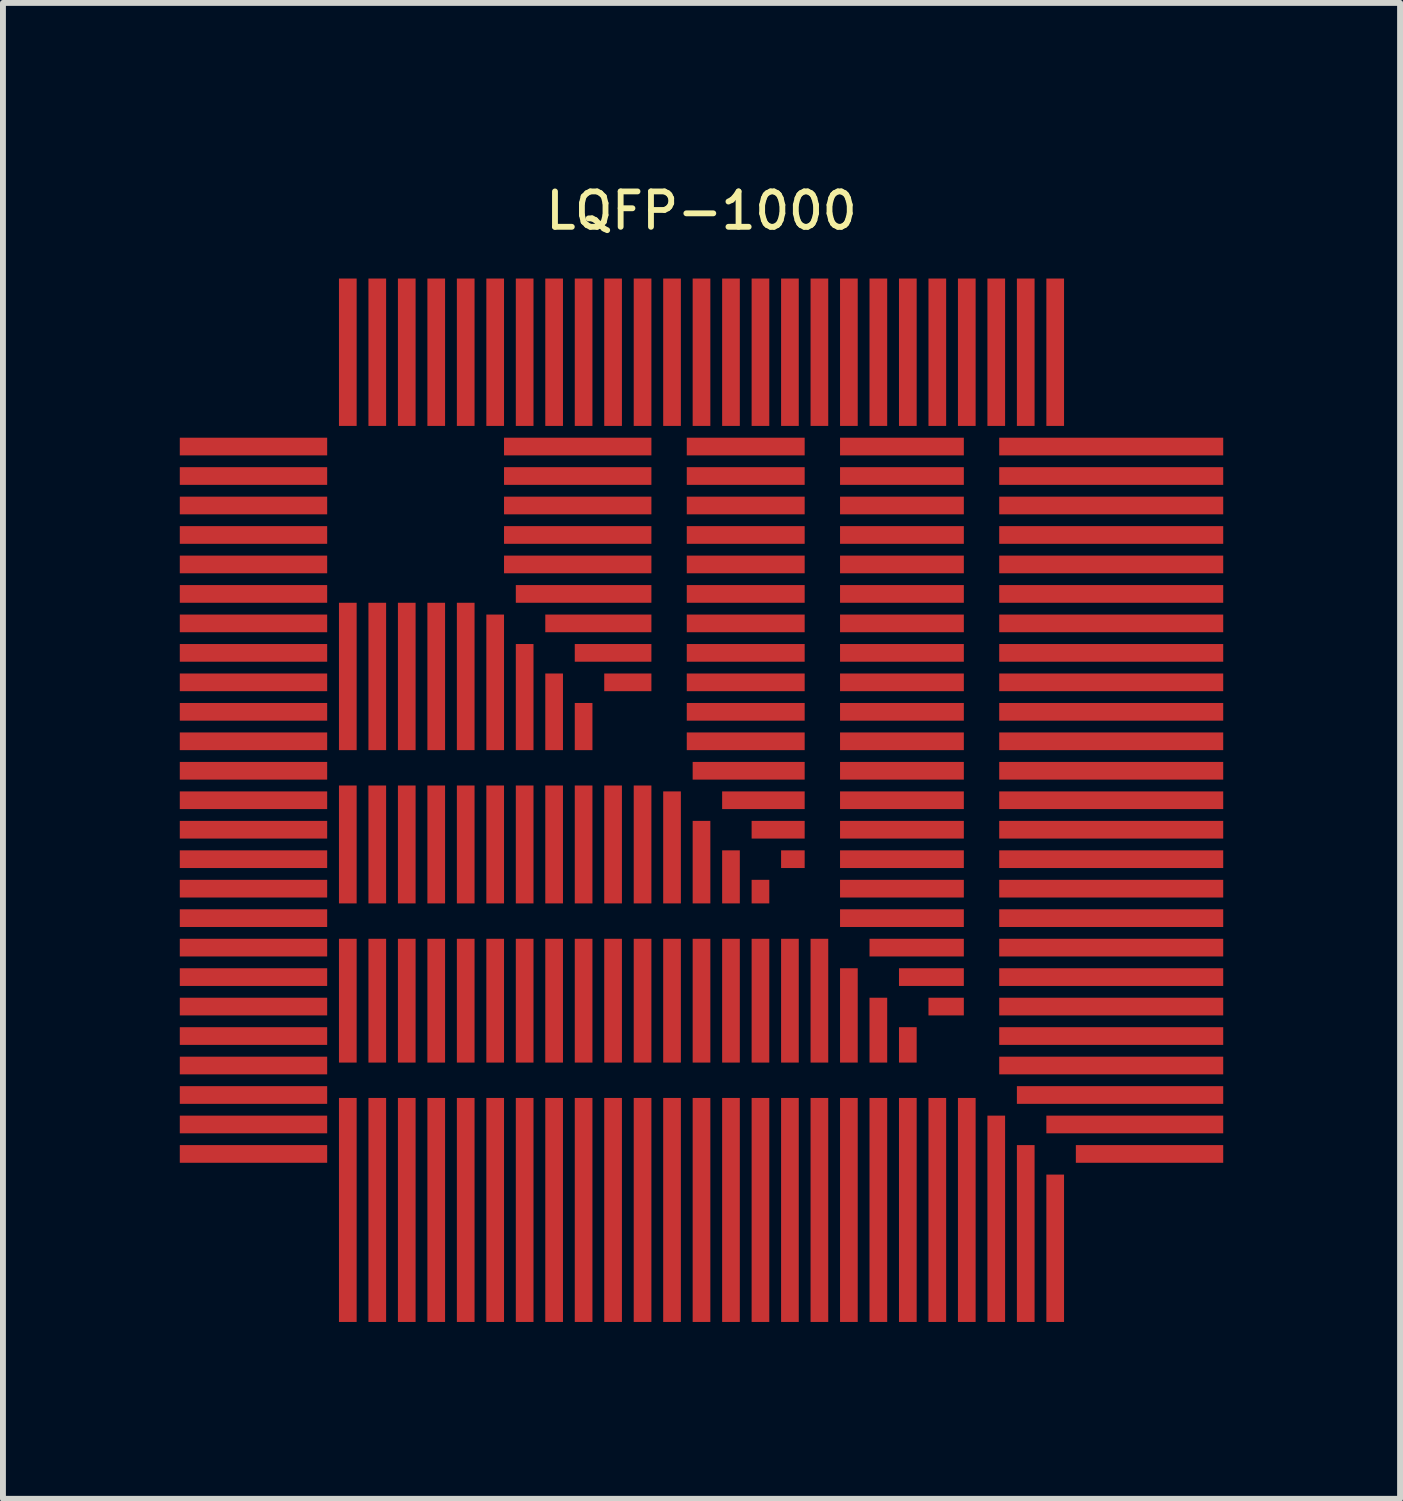
<source format=kicad_pcb>
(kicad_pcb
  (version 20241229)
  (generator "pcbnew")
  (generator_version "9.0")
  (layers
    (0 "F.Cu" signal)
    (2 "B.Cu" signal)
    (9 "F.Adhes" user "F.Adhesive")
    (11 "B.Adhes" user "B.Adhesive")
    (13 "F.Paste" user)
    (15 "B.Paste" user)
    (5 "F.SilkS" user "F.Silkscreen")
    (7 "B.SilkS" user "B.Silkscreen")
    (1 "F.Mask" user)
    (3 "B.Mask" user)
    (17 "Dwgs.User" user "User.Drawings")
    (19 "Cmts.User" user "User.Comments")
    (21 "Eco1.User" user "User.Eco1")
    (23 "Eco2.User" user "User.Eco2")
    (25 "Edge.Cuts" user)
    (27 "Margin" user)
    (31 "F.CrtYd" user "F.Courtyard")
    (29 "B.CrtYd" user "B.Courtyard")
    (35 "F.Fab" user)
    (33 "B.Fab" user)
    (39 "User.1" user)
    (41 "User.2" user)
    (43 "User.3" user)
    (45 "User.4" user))
  (footprint "LQFP-1000"
    (layer "F.Cu")
    (at 8.85 10.525)
    (property "Reference" "LQFP-1000" (at 0 -10 0) (layer "F.SilkS") (effects (font (size 0.6 0.6) (thickness 0.099))))
    (attr smd)
    (pad "1" smd rect (at -7.6 -6 90) (size 0.3 2.5) (layers "F.Cu" "F.Mask" "F.Paste"))
    (pad "2" smd rect (at -7.6 -5.5 90) (size 0.3 2.5) (layers "F.Cu" "F.Mask" "F.Paste"))
    (pad "3" smd rect (at -7.6 -5 90) (size 0.3 2.5) (layers "F.Cu" "F.Mask" "F.Paste"))
    (pad "4" smd rect (at -7.6 -4.5 90) (size 0.3 2.5) (layers "F.Cu" "F.Mask" "F.Paste"))
    (pad "5" smd rect (at -7.6 -4 90) (size 0.3 2.5) (layers "F.Cu" "F.Mask" "F.Paste"))
    (pad "6" smd rect (at -7.6 -3.5 90) (size 0.3 2.5) (layers "F.Cu" "F.Mask" "F.Paste"))
    (pad "7" smd rect (at -7.6 -3 90) (size 0.3 2.5) (layers "F.Cu" "F.Mask" "F.Paste"))
    (pad "8" smd rect (at -7.6 -2.5 90) (size 0.3 2.5) (layers "F.Cu" "F.Mask" "F.Paste"))
    (pad "9" smd rect (at -7.6 -2 90) (size 0.3 2.5) (layers "F.Cu" "F.Mask" "F.Paste"))
    (pad "10" smd rect (at -7.6 -1.5 90) (size 0.3 2.5) (layers "F.Cu" "F.Mask" "F.Paste"))
    (pad "11" smd rect (at -7.6 -1 90) (size 0.3 2.5) (layers "F.Cu" "F.Mask" "F.Paste"))
    (pad "12" smd rect (at -7.6 -0.5 90) (size 0.3 2.5) (layers "F.Cu" "F.Mask" "F.Paste"))
    (pad "13" smd rect (at -7.6 0 90) (size 0.3 2.5) (layers "F.Cu" "F.Mask" "F.Paste"))
    (pad "14" smd rect (at -7.6 0.5 90) (size 0.3 2.5) (layers "F.Cu" "F.Mask" "F.Paste"))
    (pad "15" smd rect (at -7.6 1 90) (size 0.3 2.5) (layers "F.Cu" "F.Mask" "F.Paste"))
    (pad "16" smd rect (at -7.6 1.5 90) (size 0.3 2.5) (layers "F.Cu" "F.Mask" "F.Paste"))
    (pad "17" smd rect (at -7.6 2 90) (size 0.3 2.5) (layers "F.Cu" "F.Mask" "F.Paste"))
    (pad "18" smd rect (at -7.6 2.5 90) (size 0.3 2.5) (layers "F.Cu" "F.Mask" "F.Paste"))
    (pad "19" smd rect (at -7.6 3 90) (size 0.3 2.5) (layers "F.Cu" "F.Mask" "F.Paste"))
    (pad "20" smd rect (at -7.6 3.5 90) (size 0.3 2.5) (layers "F.Cu" "F.Mask" "F.Paste"))
    (pad "21" smd rect (at -7.6 4 90) (size 0.3 2.5) (layers "F.Cu" "F.Mask" "F.Paste"))
    (pad "22" smd rect (at -7.6 4.5 90) (size 0.3 2.5) (layers "F.Cu" "F.Mask" "F.Paste"))
    (pad "23" smd rect (at -7.6 5 90) (size 0.3 2.5) (layers "F.Cu" "F.Mask" "F.Paste"))
    (pad "24" smd rect (at -7.6 5.5 90) (size 0.3 2.5) (layers "F.Cu" "F.Mask" "F.Paste"))
    (pad "25" smd rect (at -7.6 6 90) (size 0.3 2.5) (layers "F.Cu" "F.Mask" "F.Paste"))
    (pad "26" smd rect (at -6 -2.1) (size 0.3 2.5) (layers "F.Cu" "F.Mask" "F.Paste"))
    (pad "26" smd rect (at -6 0.75) (size 0.3 2) (layers "F.Cu" "F.Mask" "F.Paste"))
    (pad "26" smd rect (at -6 3.4) (size 0.3 2.1) (layers "F.Cu" "F.Mask" "F.Paste"))
    (pad "26" smd rect (at -6 6.95) (size 0.3 3.8) (layers "F.Cu" "F.Mask" "F.Paste"))
    (pad "27" smd rect (at -5.5 -2.1) (size 0.3 2.5) (layers "F.Cu" "F.Mask" "F.Paste"))
    (pad "27" smd rect (at -5.5 0.75) (size 0.3 2) (layers "F.Cu" "F.Mask" "F.Paste"))
    (pad "27" smd rect (at -5.5 3.4) (size 0.3 2.1) (layers "F.Cu" "F.Mask" "F.Paste"))
    (pad "27" smd rect (at -5.5 6.95) (size 0.3 3.8) (layers "F.Cu" "F.Mask" "F.Paste"))
    (pad "28" smd rect (at -5 -2.1) (size 0.3 2.5) (layers "F.Cu" "F.Mask" "F.Paste"))
    (pad "28" smd rect (at -5 0.75) (size 0.3 2) (layers "F.Cu" "F.Mask" "F.Paste"))
    (pad "28" smd rect (at -5 3.4) (size 0.3 2.1) (layers "F.Cu" "F.Mask" "F.Paste"))
    (pad "28" smd rect (at -5 6.95) (size 0.3 3.8) (layers "F.Cu" "F.Mask" "F.Paste"))
    (pad "29" smd rect (at -4.5 -2.1) (size 0.3 2.5) (layers "F.Cu" "F.Mask" "F.Paste"))
    (pad "29" smd rect (at -4.5 0.75) (size 0.3 2) (layers "F.Cu" "F.Mask" "F.Paste"))
    (pad "29" smd rect (at -4.5 3.4) (size 0.3 2.1) (layers "F.Cu" "F.Mask" "F.Paste"))
    (pad "29" smd rect (at -4.5 6.95) (size 0.3 3.8) (layers "F.Cu" "F.Mask" "F.Paste"))
    (pad "30" smd rect (at -4 -2.1) (size 0.3 2.5) (layers "F.Cu" "F.Mask" "F.Paste"))
    (pad "30" smd rect (at -4 0.75) (size 0.3 2) (layers "F.Cu" "F.Mask" "F.Paste"))
    (pad "30" smd rect (at -4 3.4) (size 0.3 2.1) (layers "F.Cu" "F.Mask" "F.Paste"))
    (pad "30" smd rect (at -4 6.95) (size 0.3 3.8) (layers "F.Cu" "F.Mask" "F.Paste"))
    (pad "31" smd rect (at -3.5 -2) (size 0.3 2.3) (layers "F.Cu" "F.Mask" "F.Paste"))
    (pad "31" smd rect (at -3.5 0.75) (size 0.3 2) (layers "F.Cu" "F.Mask" "F.Paste"))
    (pad "31" smd rect (at -3.5 3.4) (size 0.3 2.1) (layers "F.Cu" "F.Mask" "F.Paste"))
    (pad "31" smd rect (at -3.5 6.95) (size 0.3 3.8) (layers "F.Cu" "F.Mask" "F.Paste"))
    (pad "32" smd rect (at -3 -1.75) (size 0.3 1.8) (layers "F.Cu" "F.Mask" "F.Paste"))
    (pad "32" smd rect (at -3 0.75) (size 0.3 2) (layers "F.Cu" "F.Mask" "F.Paste"))
    (pad "32" smd rect (at -3 3.4) (size 0.3 2.1) (layers "F.Cu" "F.Mask" "F.Paste"))
    (pad "32" smd rect (at -3 6.95) (size 0.3 3.8) (layers "F.Cu" "F.Mask" "F.Paste"))
    (pad "33" smd rect (at -2.5 -1.5) (size 0.3 1.3) (layers "F.Cu" "F.Mask" "F.Paste"))
    (pad "33" smd rect (at -2.5 0.75) (size 0.3 2) (layers "F.Cu" "F.Mask" "F.Paste"))
    (pad "33" smd rect (at -2.5 3.4) (size 0.3 2.1) (layers "F.Cu" "F.Mask" "F.Paste"))
    (pad "33" smd rect (at -2.5 6.95) (size 0.3 3.8) (layers "F.Cu" "F.Mask" "F.Paste"))
    (pad "34" smd rect (at -2 -1.25) (size 0.3 0.8) (layers "F.Cu" "F.Mask" "F.Paste"))
    (pad "34" smd rect (at -2 0.75) (size 0.3 2) (layers "F.Cu" "F.Mask" "F.Paste"))
    (pad "34" smd rect (at -2 3.4) (size 0.3 2.1) (layers "F.Cu" "F.Mask" "F.Paste"))
    (pad "34" smd rect (at -2 6.95) (size 0.3 3.8) (layers "F.Cu" "F.Mask" "F.Paste"))
    (pad "35" smd rect (at -1.5 0.75) (size 0.3 2) (layers "F.Cu" "F.Mask" "F.Paste"))
    (pad "35" smd rect (at -1.5 3.4) (size 0.3 2.1) (layers "F.Cu" "F.Mask" "F.Paste"))
    (pad "35" smd rect (at -1.5 6.95) (size 0.3 3.8) (layers "F.Cu" "F.Mask" "F.Paste"))
    (pad "36" smd rect (at -1 0.75) (size 0.3 2) (layers "F.Cu" "F.Mask" "F.Paste"))
    (pad "36" smd rect (at -1 3.4) (size 0.3 2.1) (layers "F.Cu" "F.Mask" "F.Paste"))
    (pad "36" smd rect (at -1 6.95) (size 0.3 3.8) (layers "F.Cu" "F.Mask" "F.Paste"))
    (pad "37" smd rect (at -0.5 0.8) (size 0.3 1.9) (layers "F.Cu" "F.Mask" "F.Paste"))
    (pad "37" smd rect (at -0.5 3.4) (size 0.3 2.1) (layers "F.Cu" "F.Mask" "F.Paste"))
    (pad "37" smd rect (at -0.5 6.95) (size 0.3 3.8) (layers "F.Cu" "F.Mask" "F.Paste"))
    (pad "38" smd rect (at 0 1.05) (size 0.3 1.4) (layers "F.Cu" "F.Mask" "F.Paste"))
    (pad "38" smd rect (at 0 3.4) (size 0.3 2.1) (layers "F.Cu" "F.Mask" "F.Paste"))
    (pad "38" smd rect (at 0 6.95) (size 0.3 3.8) (layers "F.Cu" "F.Mask" "F.Paste"))
    (pad "39" smd rect (at 0.5 1.3) (size 0.3 0.9) (layers "F.Cu" "F.Mask" "F.Paste"))
    (pad "39" smd rect (at 0.5 3.4) (size 0.3 2.1) (layers "F.Cu" "F.Mask" "F.Paste"))
    (pad "39" smd rect (at 0.5 6.95) (size 0.3 3.8) (layers "F.Cu" "F.Mask" "F.Paste"))
    (pad "40" smd rect (at 1 1.55) (size 0.3 0.4) (layers "F.Cu" "F.Mask" "F.Paste"))
    (pad "40" smd rect (at 1 3.4) (size 0.3 2.1) (layers "F.Cu" "F.Mask" "F.Paste"))
    (pad "40" smd rect (at 1 6.95) (size 0.3 3.8) (layers "F.Cu" "F.Mask" "F.Paste"))
    (pad "41" smd rect (at 1.5 3.4) (size 0.3 2.1) (layers "F.Cu" "F.Mask" "F.Paste"))
    (pad "41" smd rect (at 1.5 6.95) (size 0.3 3.8) (layers "F.Cu" "F.Mask" "F.Paste"))
    (pad "42" smd rect (at 2 3.4) (size 0.3 2.1) (layers "F.Cu" "F.Mask" "F.Paste"))
    (pad "42" smd rect (at 2 6.95) (size 0.3 3.8) (layers "F.Cu" "F.Mask" "F.Paste"))
    (pad "43" smd rect (at 2.5 3.65) (size 0.3 1.6) (layers "F.Cu" "F.Mask" "F.Paste"))
    (pad "43" smd rect (at 2.5 6.95) (size 0.3 3.8) (layers "F.Cu" "F.Mask" "F.Paste"))
    (pad "44" smd rect (at 3 3.9) (size 0.3 1.1) (layers "F.Cu" "F.Mask" "F.Paste"))
    (pad "44" smd rect (at 3 6.95) (size 0.3 3.8) (layers "F.Cu" "F.Mask" "F.Paste"))
    (pad "45" smd rect (at 3.5 4.15) (size 0.3 0.6) (layers "F.Cu" "F.Mask" "F.Paste"))
    (pad "45" smd rect (at 3.5 6.95) (size 0.3 3.8) (layers "F.Cu" "F.Mask" "F.Paste"))
    (pad "46" smd rect (at 4 6.95) (size 0.3 3.8) (layers "F.Cu" "F.Mask" "F.Paste"))
    (pad "47" smd rect (at 4.5 6.95) (size 0.3 3.8) (layers "F.Cu" "F.Mask" "F.Paste"))
    (pad "48" smd rect (at 5 7.1) (size 0.3 3.5) (layers "F.Cu" "F.Mask" "F.Paste"))
    (pad "49" smd rect (at 5.5 7.35) (size 0.3 3) (layers "F.Cu" "F.Mask" "F.Paste"))
    (pad "50" smd rect (at 6 7.6) (size 0.3 2.5) (layers "F.Cu" "F.Mask" "F.Paste"))
    (pad "51" smd rect (at 7.6 6 90) (size 0.3 2.5) (layers "F.Cu" "F.Mask" "F.Paste"))
    (pad "52" smd rect (at 7.35 5.5 90) (size 0.3 3) (layers "F.Cu" "F.Mask" "F.Paste"))
    (pad "53" smd rect (at 7.1 5 90) (size 0.3 3.5) (layers "F.Cu" "F.Mask" "F.Paste"))
    (pad "54" smd rect (at 6.95 4.5 90) (size 0.3 3.8) (layers "F.Cu" "F.Mask" "F.Paste"))
    (pad "55" smd rect (at 6.95 4 90) (size 0.3 3.8) (layers "F.Cu" "F.Mask" "F.Paste"))
    (pad "56" smd rect (at 4.15 3.5 90) (size 0.3 0.6) (layers "F.Cu" "F.Mask" "F.Paste"))
    (pad "56" smd rect (at 6.95 3.5 90) (size 0.3 3.8) (layers "F.Cu" "F.Mask" "F.Paste"))
    (pad "57" smd rect (at 3.9 3 90) (size 0.3 1.1) (layers "F.Cu" "F.Mask" "F.Paste"))
    (pad "57" smd rect (at 6.95 3 90) (size 0.3 3.8) (layers "F.Cu" "F.Mask" "F.Paste"))
    (pad "58" smd rect (at 3.65 2.5 90) (size 0.3 1.6) (layers "F.Cu" "F.Mask" "F.Paste"))
    (pad "58" smd rect (at 6.95 2.5 90) (size 0.3 3.8) (layers "F.Cu" "F.Mask" "F.Paste"))
    (pad "59" smd rect (at 3.4 2 90) (size 0.3 2.1) (layers "F.Cu" "F.Mask" "F.Paste"))
    (pad "59" smd rect (at 6.95 2 90) (size 0.3 3.8) (layers "F.Cu" "F.Mask" "F.Paste"))
    (pad "60" smd rect (at 3.4 1.5 90) (size 0.3 2.1) (layers "F.Cu" "F.Mask" "F.Paste"))
    (pad "60" smd rect (at 6.95 1.5 90) (size 0.3 3.8) (layers "F.Cu" "F.Mask" "F.Paste"))
    (pad "61" smd rect (at 1.55 1 90) (size 0.3 0.4) (layers "F.Cu" "F.Mask" "F.Paste"))
    (pad "61" smd rect (at 3.4 1 90) (size 0.3 2.1) (layers "F.Cu" "F.Mask" "F.Paste"))
    (pad "61" smd rect (at 6.95 1 90) (size 0.3 3.8) (layers "F.Cu" "F.Mask" "F.Paste"))
    (pad "62" smd rect (at 1.3 0.5 90) (size 0.3 0.9) (layers "F.Cu" "F.Mask" "F.Paste"))
    (pad "62" smd rect (at 3.4 0.5 90) (size 0.3 2.1) (layers "F.Cu" "F.Mask" "F.Paste"))
    (pad "62" smd rect (at 6.95 0.5 90) (size 0.3 3.8) (layers "F.Cu" "F.Mask" "F.Paste"))
    (pad "63" smd rect (at 1.05 0 90) (size 0.3 1.4) (layers "F.Cu" "F.Mask" "F.Paste"))
    (pad "63" smd rect (at 3.4 0 90) (size 0.3 2.1) (layers "F.Cu" "F.Mask" "F.Paste"))
    (pad "63" smd rect (at 6.95 0 90) (size 0.3 3.8) (layers "F.Cu" "F.Mask" "F.Paste"))
    (pad "64" smd rect (at 0.8 -0.5 90) (size 0.3 1.9) (layers "F.Cu" "F.Mask" "F.Paste"))
    (pad "64" smd rect (at 3.4 -0.5 90) (size 0.3 2.1) (layers "F.Cu" "F.Mask" "F.Paste"))
    (pad "64" smd rect (at 6.95 -0.5 90) (size 0.3 3.8) (layers "F.Cu" "F.Mask" "F.Paste"))
    (pad "65" smd rect (at 0.75 -1 90) (size 0.3 2) (layers "F.Cu" "F.Mask" "F.Paste"))
    (pad "65" smd rect (at 3.4 -1 90) (size 0.3 2.1) (layers "F.Cu" "F.Mask" "F.Paste"))
    (pad "65" smd rect (at 6.95 -1 90) (size 0.3 3.8) (layers "F.Cu" "F.Mask" "F.Paste"))
    (pad "66" smd rect (at 0.75 -1.5 90) (size 0.3 2) (layers "F.Cu" "F.Mask" "F.Paste"))
    (pad "66" smd rect (at 3.4 -1.5 90) (size 0.3 2.1) (layers "F.Cu" "F.Mask" "F.Paste"))
    (pad "66" smd rect (at 6.95 -1.5 90) (size 0.3 3.8) (layers "F.Cu" "F.Mask" "F.Paste"))
    (pad "67" smd rect (at -1.25 -2 90) (size 0.3 0.8) (layers "F.Cu" "F.Mask" "F.Paste"))
    (pad "67" smd rect (at 0.75 -2 90) (size 0.3 2) (layers "F.Cu" "F.Mask" "F.Paste"))
    (pad "67" smd rect (at 3.4 -2 90) (size 0.3 2.1) (layers "F.Cu" "F.Mask" "F.Paste"))
    (pad "67" smd rect (at 6.95 -2 90) (size 0.3 3.8) (layers "F.Cu" "F.Mask" "F.Paste"))
    (pad "68" smd rect (at -1.5 -2.5 90) (size 0.3 1.3) (layers "F.Cu" "F.Mask" "F.Paste"))
    (pad "68" smd rect (at 0.75 -2.5 90) (size 0.3 2) (layers "F.Cu" "F.Mask" "F.Paste"))
    (pad "68" smd rect (at 3.4 -2.5 90) (size 0.3 2.1) (layers "F.Cu" "F.Mask" "F.Paste"))
    (pad "68" smd rect (at 6.95 -2.5 90) (size 0.3 3.8) (layers "F.Cu" "F.Mask" "F.Paste"))
    (pad "69" smd rect (at -1.75 -3 90) (size 0.3 1.8) (layers "F.Cu" "F.Mask" "F.Paste"))
    (pad "69" smd rect (at 0.75 -3 90) (size 0.3 2) (layers "F.Cu" "F.Mask" "F.Paste"))
    (pad "69" smd rect (at 3.4 -3 90) (size 0.3 2.1) (layers "F.Cu" "F.Mask" "F.Paste"))
    (pad "69" smd rect (at 6.95 -3 90) (size 0.3 3.8) (layers "F.Cu" "F.Mask" "F.Paste"))
    (pad "70" smd rect (at -2 -3.5 90) (size 0.3 2.3) (layers "F.Cu" "F.Mask" "F.Paste"))
    (pad "70" smd rect (at 0.75 -3.5 90) (size 0.3 2) (layers "F.Cu" "F.Mask" "F.Paste"))
    (pad "70" smd rect (at 3.4 -3.5 90) (size 0.3 2.1) (layers "F.Cu" "F.Mask" "F.Paste"))
    (pad "70" smd rect (at 6.95 -3.5 90) (size 0.3 3.8) (layers "F.Cu" "F.Mask" "F.Paste"))
    (pad "71" smd rect (at -2.1 -4 90) (size 0.3 2.5) (layers "F.Cu" "F.Mask" "F.Paste"))
    (pad "71" smd rect (at 0.75 -4 90) (size 0.3 2) (layers "F.Cu" "F.Mask" "F.Paste"))
    (pad "71" smd rect (at 3.4 -4 90) (size 0.3 2.1) (layers "F.Cu" "F.Mask" "F.Paste"))
    (pad "71" smd rect (at 6.95 -4 90) (size 0.3 3.8) (layers "F.Cu" "F.Mask" "F.Paste"))
    (pad "72" smd rect (at -2.1 -4.5 90) (size 0.3 2.5) (layers "F.Cu" "F.Mask" "F.Paste"))
    (pad "72" smd rect (at 0.75 -4.5 90) (size 0.3 2) (layers "F.Cu" "F.Mask" "F.Paste"))
    (pad "72" smd rect (at 3.4 -4.5 90) (size 0.3 2.1) (layers "F.Cu" "F.Mask" "F.Paste"))
    (pad "72" smd rect (at 6.95 -4.5 90) (size 0.3 3.8) (layers "F.Cu" "F.Mask" "F.Paste"))
    (pad "73" smd rect (at -2.1 -5 90) (size 0.3 2.5) (layers "F.Cu" "F.Mask" "F.Paste"))
    (pad "73" smd rect (at 0.75 -5 90) (size 0.3 2) (layers "F.Cu" "F.Mask" "F.Paste"))
    (pad "73" smd rect (at 3.4 -5 90) (size 0.3 2.1) (layers "F.Cu" "F.Mask" "F.Paste"))
    (pad "73" smd rect (at 6.95 -5 90) (size 0.3 3.8) (layers "F.Cu" "F.Mask" "F.Paste"))
    (pad "74" smd rect (at -2.1 -5.5 90) (size 0.3 2.5) (layers "F.Cu" "F.Mask" "F.Paste"))
    (pad "74" smd rect (at 0.75 -5.5 90) (size 0.3 2) (layers "F.Cu" "F.Mask" "F.Paste"))
    (pad "74" smd rect (at 3.4 -5.5 90) (size 0.3 2.1) (layers "F.Cu" "F.Mask" "F.Paste"))
    (pad "74" smd rect (at 6.95 -5.5 90) (size 0.3 3.8) (layers "F.Cu" "F.Mask" "F.Paste"))
    (pad "75" smd rect (at -2.1 -6 90) (size 0.3 2.5) (layers "F.Cu" "F.Mask" "F.Paste"))
    (pad "75" smd rect (at 0.75 -6 90) (size 0.3 2) (layers "F.Cu" "F.Mask" "F.Paste"))
    (pad "75" smd rect (at 3.4 -6 90) (size 0.3 2.1) (layers "F.Cu" "F.Mask" "F.Paste"))
    (pad "75" smd rect (at 6.95 -6 90) (size 0.3 3.8) (layers "F.Cu" "F.Mask" "F.Paste"))
    (pad "76" smd rect (at 6 -7.6) (size 0.3 2.5) (layers "F.Cu" "F.Mask" "F.Paste"))
    (pad "77" smd rect (at 5.5 -7.6) (size 0.3 2.5) (layers "F.Cu" "F.Mask" "F.Paste"))
    (pad "78" smd rect (at 5 -7.6) (size 0.3 2.5) (layers "F.Cu" "F.Mask" "F.Paste"))
    (pad "79" smd rect (at 4.5 -7.6) (size 0.3 2.5) (layers "F.Cu" "F.Mask" "F.Paste"))
    (pad "80" smd rect (at 4 -7.6) (size 0.3 2.5) (layers "F.Cu" "F.Mask" "F.Paste"))
    (pad "81" smd rect (at 3.5 -7.6) (size 0.3 2.5) (layers "F.Cu" "F.Mask" "F.Paste"))
    (pad "82" smd rect (at 3 -7.6) (size 0.3 2.5) (layers "F.Cu" "F.Mask" "F.Paste"))
    (pad "83" smd rect (at 2.5 -7.6) (size 0.3 2.5) (layers "F.Cu" "F.Mask" "F.Paste"))
    (pad "84" smd rect (at 2 -7.6) (size 0.3 2.5) (layers "F.Cu" "F.Mask" "F.Paste"))
    (pad "85" smd rect (at 1.5 -7.6) (size 0.3 2.5) (layers "F.Cu" "F.Mask" "F.Paste"))
    (pad "86" smd rect (at 1 -7.6) (size 0.3 2.5) (layers "F.Cu" "F.Mask" "F.Paste"))
    (pad "87" smd rect (at 0.5 -7.6) (size 0.3 2.5) (layers "F.Cu" "F.Mask" "F.Paste"))
    (pad "88" smd rect (at 0 -7.6) (size 0.3 2.5) (layers "F.Cu" "F.Mask" "F.Paste"))
    (pad "89" smd rect (at -0.5 -7.6) (size 0.3 2.5) (layers "F.Cu" "F.Mask" "F.Paste"))
    (pad "90" smd rect (at -1 -7.6) (size 0.3 2.5) (layers "F.Cu" "F.Mask" "F.Paste"))
    (pad "91" smd rect (at -1.5 -7.6) (size 0.3 2.5) (layers "F.Cu" "F.Mask" "F.Paste"))
    (pad "92" smd rect (at -2 -7.6) (size 0.3 2.5) (layers "F.Cu" "F.Mask" "F.Paste"))
    (pad "93" smd rect (at -2.5 -7.6) (size 0.3 2.5) (layers "F.Cu" "F.Mask" "F.Paste"))
    (pad "94" smd rect (at -3 -7.6) (size 0.3 2.5) (layers "F.Cu" "F.Mask" "F.Paste"))
    (pad "95" smd rect (at -3.5 -7.6) (size 0.3 2.5) (layers "F.Cu" "F.Mask" "F.Paste"))
    (pad "96" smd rect (at -4 -7.6) (size 0.3 2.5) (layers "F.Cu" "F.Mask" "F.Paste"))
    (pad "97" smd rect (at -4.5 -7.6) (size 0.3 2.5) (layers "F.Cu" "F.Mask" "F.Paste"))
    (pad "98" smd rect (at -5 -7.6) (size 0.3 2.5) (layers "F.Cu" "F.Mask" "F.Paste"))
    (pad "99" smd rect (at -5.5 -7.6) (size 0.3 2.5) (layers "F.Cu" "F.Mask" "F.Paste"))
    (pad "100" smd rect (at -6 -7.6) (size 0.3 2.5) (layers "F.Cu" "F.Mask" "F.Paste")))
  (gr_rect
    (start -3 -3)
    (end 20.7 22.375)
    (stroke (width 0.1) (type default))
    (fill no)
    (layer "Edge.Cuts")))
</source>
